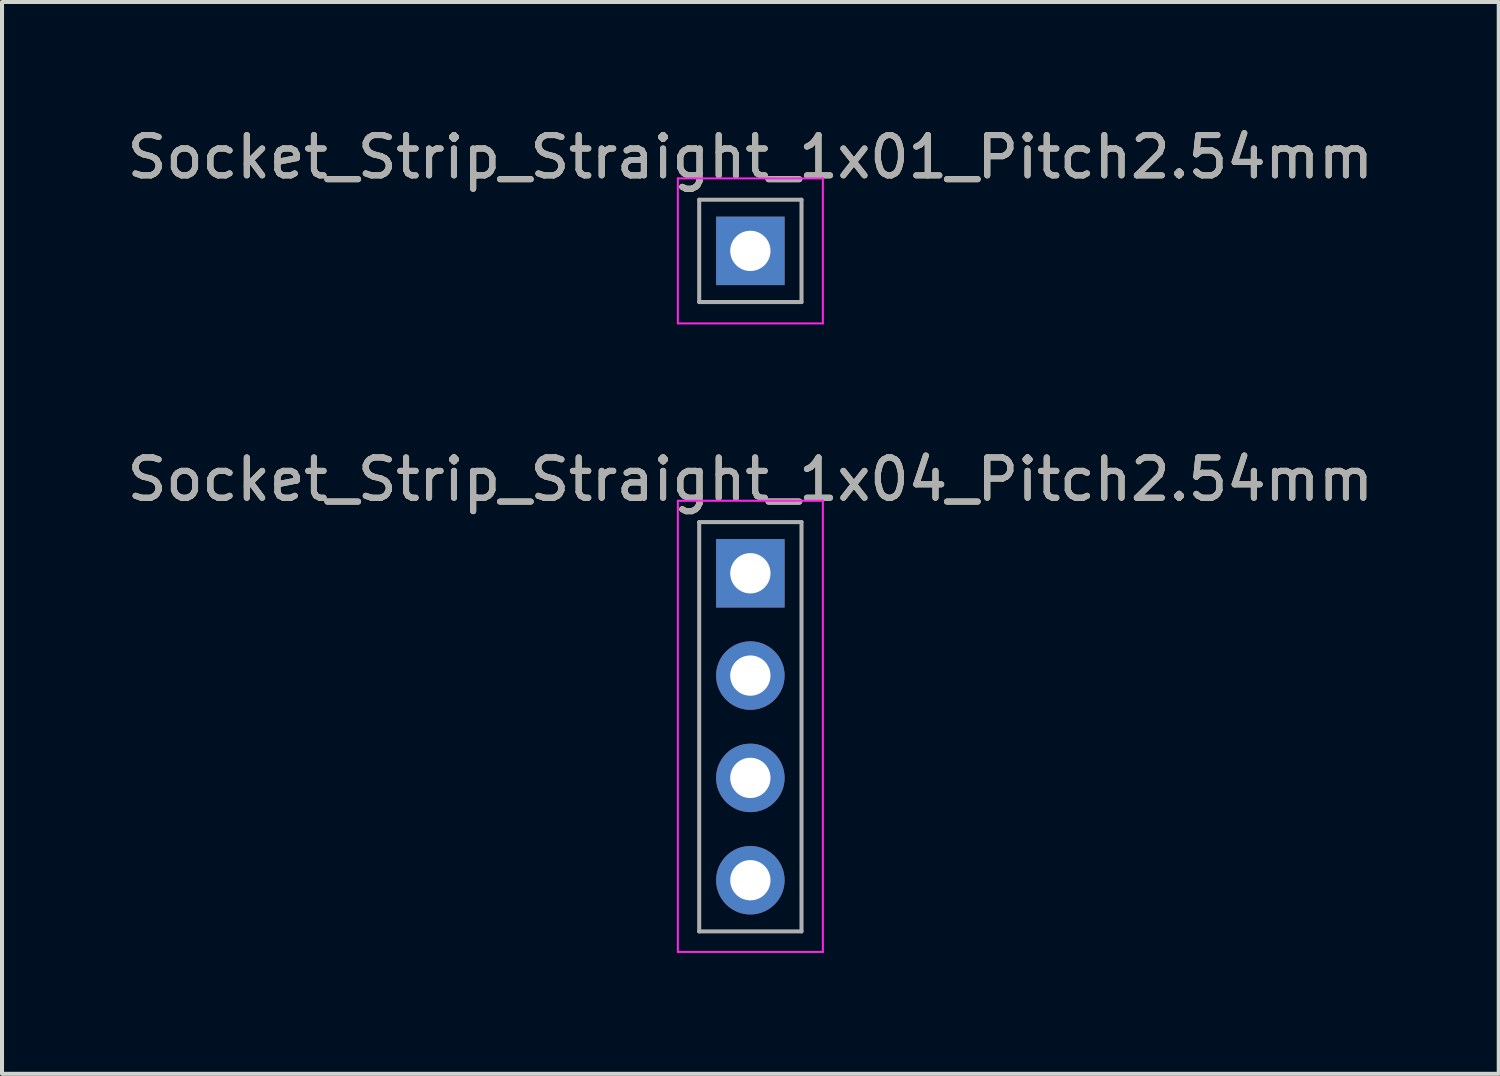
<source format=kicad_pcb>
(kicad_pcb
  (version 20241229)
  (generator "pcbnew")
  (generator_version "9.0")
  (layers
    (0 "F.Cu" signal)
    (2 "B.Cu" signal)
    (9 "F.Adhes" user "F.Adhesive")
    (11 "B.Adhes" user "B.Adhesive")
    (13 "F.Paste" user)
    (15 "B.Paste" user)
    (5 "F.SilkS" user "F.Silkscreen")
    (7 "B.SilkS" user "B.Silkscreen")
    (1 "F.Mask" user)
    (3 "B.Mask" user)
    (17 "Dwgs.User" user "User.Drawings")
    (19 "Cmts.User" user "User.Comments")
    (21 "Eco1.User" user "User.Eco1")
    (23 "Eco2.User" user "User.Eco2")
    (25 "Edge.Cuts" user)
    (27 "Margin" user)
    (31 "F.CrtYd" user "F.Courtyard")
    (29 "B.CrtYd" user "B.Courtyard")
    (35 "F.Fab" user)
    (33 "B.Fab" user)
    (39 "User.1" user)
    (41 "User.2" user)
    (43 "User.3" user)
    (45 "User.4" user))
  (footprint "Socket_Strip_Straight_1x01_Pitch2.54mm"
    (layer "F.Cu")
    (at 15.577 3.178)
    (property "Reference" "Socket_Strip_Straight_1x01_Pitch2.54mm" (at 0 -2.33 0) (layer "F.SilkS") (effects (font (size 1 1) (thickness 0.15))))
    (attr through_hole)
    (fp_line (start -1.8 -1.8) (end -1.8 1.8) (stroke (width 0.05) (type solid)) (layer "F.CrtYd"))
    (fp_line (start -1.8 1.8) (end 1.8 1.8) (stroke (width 0.05) (type solid)) (layer "F.CrtYd"))
    (fp_line (start 1.8 -1.8) (end -1.8 -1.8) (stroke (width 0.05) (type solid)) (layer "F.CrtYd"))
    (fp_line (start 1.8 1.8) (end 1.8 -1.8) (stroke (width 0.05) (type solid)) (layer "F.CrtYd"))
    (fp_line (start -1.27 -1.27) (end -1.27 1.27) (stroke (width 0.1) (type solid)) (layer "F.Fab"))
    (fp_line (start -1.27 1.27) (end 1.27 1.27) (stroke (width 0.1) (type solid)) (layer "F.Fab"))
    (fp_line (start 1.27 -1.27) (end -1.27 -1.27) (stroke (width 0.1) (type solid)) (layer "F.Fab"))
    (fp_line (start 1.27 1.27) (end 1.27 -1.27) (stroke (width 0.1) (type solid)) (layer "F.Fab"))
    (fp_text user "${REFERENCE}" (at 0 -2.33 0) (layer "F.Fab") (effects (font (size 1 1) (thickness 0.15))))
    (pad "1" thru_hole rect (at 0 0) (size 1.7 1.7) (drill 1) (layers "*.Cu" "*.Mask")))
  (footprint "Socket_Strip_Straight_1x04_Pitch2.54mm"
    (layer "F.Cu")
    (at 15.577 11.181)
    (property "Reference" "Socket_Strip_Straight_1x04_Pitch2.54mm" (at 0 -2.33 0) (layer "F.SilkS") (effects (font (size 1 1) (thickness 0.15))))
    (attr through_hole)
    (fp_line (start -1.8 -1.8) (end -1.8 9.4) (stroke (width 0.05) (type solid)) (layer "F.CrtYd"))
    (fp_line (start -1.8 9.4) (end 1.8 9.4) (stroke (width 0.05) (type solid)) (layer "F.CrtYd"))
    (fp_line (start 1.8 -1.8) (end -1.8 -1.8) (stroke (width 0.05) (type solid)) (layer "F.CrtYd"))
    (fp_line (start 1.8 9.4) (end 1.8 -1.8) (stroke (width 0.05) (type solid)) (layer "F.CrtYd"))
    (fp_line (start -1.27 -1.27) (end -1.27 8.89) (stroke (width 0.1) (type solid)) (layer "F.Fab"))
    (fp_line (start -1.27 8.89) (end 1.27 8.89) (stroke (width 0.1) (type solid)) (layer "F.Fab"))
    (fp_line (start 1.27 -1.27) (end -1.27 -1.27) (stroke (width 0.1) (type solid)) (layer "F.Fab"))
    (fp_line (start 1.27 8.89) (end 1.27 -1.27) (stroke (width 0.1) (type solid)) (layer "F.Fab"))
    (fp_text user "${REFERENCE}" (at 0 -2.33 0) (layer "F.Fab") (effects (font (size 1 1) (thickness 0.15))))
    (pad "1" thru_hole rect (at 0 0) (size 1.7 1.7) (drill 1) (layers "*.Cu" "*.Mask"))
    (pad "2" thru_hole oval (at 0 2.54) (size 1.7 1.7) (drill 1) (layers "*.Cu" "*.Mask"))
    (pad "3" thru_hole oval (at 0 5.08) (size 1.7 1.7) (drill 1) (layers "*.Cu" "*.Mask"))
    (pad "4" thru_hole oval (at 0 7.62) (size 1.7 1.7) (drill 1) (layers "*.Cu" "*.Mask")))
  (gr_rect
    (start -3 -3)
    (end 34.155 23.607)
    (stroke (width 0.1) (type default))
    (fill no)
    (layer "Edge.Cuts")))
</source>
